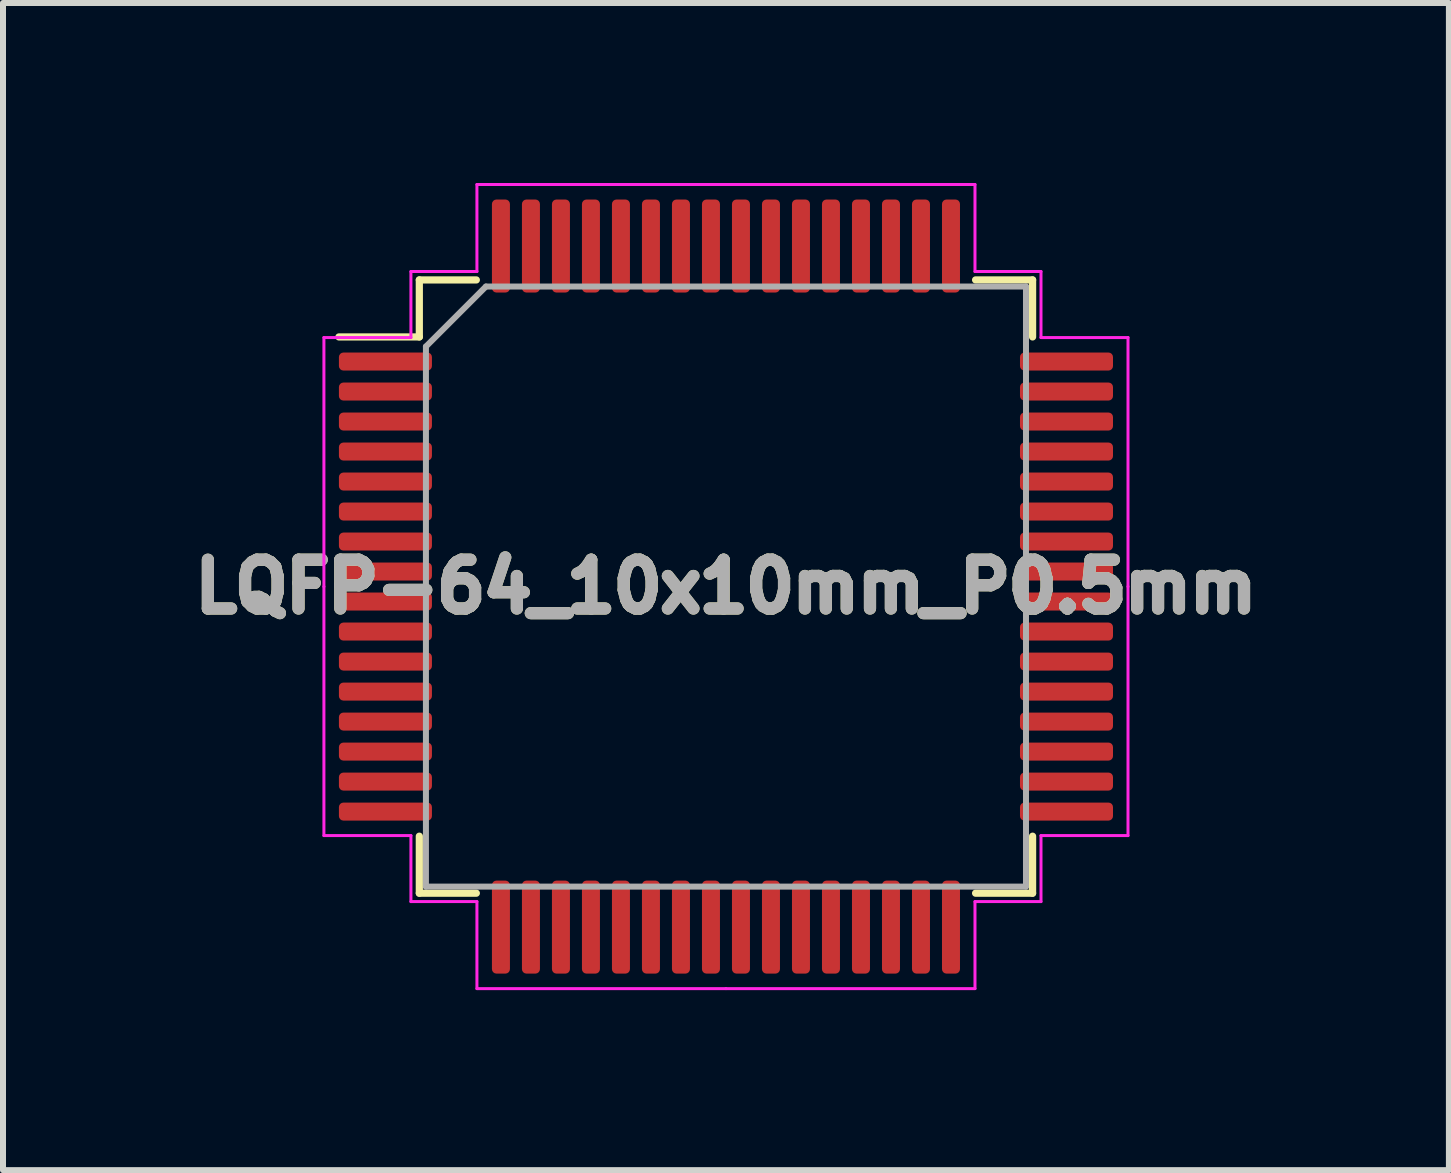
<source format=kicad_pcb>
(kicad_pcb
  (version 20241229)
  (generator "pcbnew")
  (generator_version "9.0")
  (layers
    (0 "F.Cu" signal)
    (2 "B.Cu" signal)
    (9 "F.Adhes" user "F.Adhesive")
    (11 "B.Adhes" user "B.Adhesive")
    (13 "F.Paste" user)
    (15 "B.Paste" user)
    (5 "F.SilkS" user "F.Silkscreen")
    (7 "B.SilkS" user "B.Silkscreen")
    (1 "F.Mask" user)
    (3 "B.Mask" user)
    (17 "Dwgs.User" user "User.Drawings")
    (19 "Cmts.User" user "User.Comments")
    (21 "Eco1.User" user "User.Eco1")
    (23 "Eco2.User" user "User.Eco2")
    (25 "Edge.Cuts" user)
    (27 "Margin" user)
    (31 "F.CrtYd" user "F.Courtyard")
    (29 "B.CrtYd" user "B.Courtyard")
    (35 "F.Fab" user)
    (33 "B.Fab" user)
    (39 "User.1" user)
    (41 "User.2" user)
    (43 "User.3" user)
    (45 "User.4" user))
  (footprint "LQFP-64_10x10mm_P0.5mm"
    (layer "F.Cu")
    (at 9.048 6.725)
    (property "Reference" "LQFP-64_10x10mm_P0.5mm" (at 0 0 0) (layer "F.SilkS") (effects (font (size 0.813 0.813) (thickness 0.203))))
    (attr smd)
    (fp_line (start -5.11 -5.11) (end -5.11 -4.16) (stroke (width 0.12) (type solid)) (layer "F.SilkS"))
    (fp_line (start -5.11 -4.16) (end -6.45 -4.16) (stroke (width 0.12) (type solid)) (layer "F.SilkS"))
    (fp_line (start -5.11 5.11) (end -5.11 4.16) (stroke (width 0.12) (type solid)) (layer "F.SilkS"))
    (fp_line (start -4.16 -5.11) (end -5.11 -5.11) (stroke (width 0.12) (type solid)) (layer "F.SilkS"))
    (fp_line (start -4.16 5.11) (end -5.11 5.11) (stroke (width 0.12) (type solid)) (layer "F.SilkS"))
    (fp_line (start 4.16 -5.11) (end 5.11 -5.11) (stroke (width 0.12) (type solid)) (layer "F.SilkS"))
    (fp_line (start 4.16 5.11) (end 5.11 5.11) (stroke (width 0.12) (type solid)) (layer "F.SilkS"))
    (fp_line (start 5.11 -5.11) (end 5.11 -4.16) (stroke (width 0.12) (type solid)) (layer "F.SilkS"))
    (fp_line (start 5.11 5.11) (end 5.11 4.16) (stroke (width 0.12) (type solid)) (layer "F.SilkS"))
    (fp_line (start -6.7 -4.15) (end -6.7 0) (stroke (width 0.05) (type solid)) (layer "F.CrtYd"))
    (fp_line (start -6.7 4.15) (end -6.7 0) (stroke (width 0.05) (type solid)) (layer "F.CrtYd"))
    (fp_line (start -5.25 -5.25) (end -5.25 -4.15) (stroke (width 0.05) (type solid)) (layer "F.CrtYd"))
    (fp_line (start -5.25 -4.15) (end -6.7 -4.15) (stroke (width 0.05) (type solid)) (layer "F.CrtYd"))
    (fp_line (start -5.25 4.15) (end -6.7 4.15) (stroke (width 0.05) (type solid)) (layer "F.CrtYd"))
    (fp_line (start -5.25 5.25) (end -5.25 4.15) (stroke (width 0.05) (type solid)) (layer "F.CrtYd"))
    (fp_line (start -4.15 -6.7) (end -4.15 -5.25) (stroke (width 0.05) (type solid)) (layer "F.CrtYd"))
    (fp_line (start -4.15 -5.25) (end -5.25 -5.25) (stroke (width 0.05) (type solid)) (layer "F.CrtYd"))
    (fp_line (start -4.15 5.25) (end -5.25 5.25) (stroke (width 0.05) (type solid)) (layer "F.CrtYd"))
    (fp_line (start -4.15 6.7) (end -4.15 5.25) (stroke (width 0.05) (type solid)) (layer "F.CrtYd"))
    (fp_line (start 0 -6.7) (end -4.15 -6.7) (stroke (width 0.05) (type solid)) (layer "F.CrtYd"))
    (fp_line (start 0 -6.7) (end 4.15 -6.7) (stroke (width 0.05) (type solid)) (layer "F.CrtYd"))
    (fp_line (start 0 6.7) (end -4.15 6.7) (stroke (width 0.05) (type solid)) (layer "F.CrtYd"))
    (fp_line (start 0 6.7) (end 4.15 6.7) (stroke (width 0.05) (type solid)) (layer "F.CrtYd"))
    (fp_line (start 4.15 -6.7) (end 4.15 -5.25) (stroke (width 0.05) (type solid)) (layer "F.CrtYd"))
    (fp_line (start 4.15 -5.25) (end 5.25 -5.25) (stroke (width 0.05) (type solid)) (layer "F.CrtYd"))
    (fp_line (start 4.15 5.25) (end 5.25 5.25) (stroke (width 0.05) (type solid)) (layer "F.CrtYd"))
    (fp_line (start 4.15 6.7) (end 4.15 5.25) (stroke (width 0.05) (type solid)) (layer "F.CrtYd"))
    (fp_line (start 5.25 -5.25) (end 5.25 -4.15) (stroke (width 0.05) (type solid)) (layer "F.CrtYd"))
    (fp_line (start 5.25 -4.15) (end 6.7 -4.15) (stroke (width 0.05) (type solid)) (layer "F.CrtYd"))
    (fp_line (start 5.25 4.15) (end 6.7 4.15) (stroke (width 0.05) (type solid)) (layer "F.CrtYd"))
    (fp_line (start 5.25 5.25) (end 5.25 4.15) (stroke (width 0.05) (type solid)) (layer "F.CrtYd"))
    (fp_line (start 6.7 -4.15) (end 6.7 0) (stroke (width 0.05) (type solid)) (layer "F.CrtYd"))
    (fp_line (start 6.7 4.15) (end 6.7 0) (stroke (width 0.05) (type solid)) (layer "F.CrtYd"))
    (fp_line (start -5 -4) (end -4 -5) (stroke (width 0.1) (type solid)) (layer "F.Fab"))
    (fp_line (start -5 5) (end -5 -4) (stroke (width 0.1) (type solid)) (layer "F.Fab"))
    (fp_line (start -4 -5) (end 5 -5) (stroke (width 0.1) (type solid)) (layer "F.Fab"))
    (fp_line (start 5 -5) (end 5 5) (stroke (width 0.1) (type solid)) (layer "F.Fab"))
    (fp_line (start 5 5) (end -5 5) (stroke (width 0.1) (type solid)) (layer "F.Fab"))
    (fp_text user "${REFERENCE}" (at 0 0 0) (layer "F.Fab") (effects (font (size 0.813 0.813) (thickness 0.203))))
    (pad "1" smd roundrect (at -5.675 -3.75) (size 1.55 0.3) (layers "F.Cu" "F.Mask" "F.Paste") (roundrect_rratio 0.25))
    (pad "2" smd roundrect (at -5.675 -3.25) (size 1.55 0.3) (layers "F.Cu" "F.Mask" "F.Paste") (roundrect_rratio 0.25))
    (pad "3" smd roundrect (at -5.675 -2.75) (size 1.55 0.3) (layers "F.Cu" "F.Mask" "F.Paste") (roundrect_rratio 0.25))
    (pad "4" smd roundrect (at -5.675 -2.25) (size 1.55 0.3) (layers "F.Cu" "F.Mask" "F.Paste") (roundrect_rratio 0.25))
    (pad "5" smd roundrect (at -5.675 -1.75) (size 1.55 0.3) (layers "F.Cu" "F.Mask" "F.Paste") (roundrect_rratio 0.25))
    (pad "6" smd roundrect (at -5.675 -1.25) (size 1.55 0.3) (layers "F.Cu" "F.Mask" "F.Paste") (roundrect_rratio 0.25))
    (pad "7" smd roundrect (at -5.675 -0.75) (size 1.55 0.3) (layers "F.Cu" "F.Mask" "F.Paste") (roundrect_rratio 0.25))
    (pad "8" smd roundrect (at -5.675 -0.25) (size 1.55 0.3) (layers "F.Cu" "F.Mask" "F.Paste") (roundrect_rratio 0.25))
    (pad "9" smd roundrect (at -5.675 0.25) (size 1.55 0.3) (layers "F.Cu" "F.Mask" "F.Paste") (roundrect_rratio 0.25))
    (pad "10" smd roundrect (at -5.675 0.75) (size 1.55 0.3) (layers "F.Cu" "F.Mask" "F.Paste") (roundrect_rratio 0.25))
    (pad "11" smd roundrect (at -5.675 1.25) (size 1.55 0.3) (layers "F.Cu" "F.Mask" "F.Paste") (roundrect_rratio 0.25))
    (pad "12" smd roundrect (at -5.675 1.75) (size 1.55 0.3) (layers "F.Cu" "F.Mask" "F.Paste") (roundrect_rratio 0.25))
    (pad "13" smd roundrect (at -5.675 2.25) (size 1.55 0.3) (layers "F.Cu" "F.Mask" "F.Paste") (roundrect_rratio 0.25))
    (pad "14" smd roundrect (at -5.675 2.75) (size 1.55 0.3) (layers "F.Cu" "F.Mask" "F.Paste") (roundrect_rratio 0.25))
    (pad "15" smd roundrect (at -5.675 3.25) (size 1.55 0.3) (layers "F.Cu" "F.Mask" "F.Paste") (roundrect_rratio 0.25))
    (pad "16" smd roundrect (at -5.675 3.75) (size 1.55 0.3) (layers "F.Cu" "F.Mask" "F.Paste") (roundrect_rratio 0.25))
    (pad "17" smd roundrect (at -3.75 5.675) (size 0.3 1.55) (layers "F.Cu" "F.Mask" "F.Paste") (roundrect_rratio 0.25))
    (pad "18" smd roundrect (at -3.25 5.675) (size 0.3 1.55) (layers "F.Cu" "F.Mask" "F.Paste") (roundrect_rratio 0.25))
    (pad "19" smd roundrect (at -2.75 5.675) (size 0.3 1.55) (layers "F.Cu" "F.Mask" "F.Paste") (roundrect_rratio 0.25))
    (pad "20" smd roundrect (at -2.25 5.675) (size 0.3 1.55) (layers "F.Cu" "F.Mask" "F.Paste") (roundrect_rratio 0.25))
    (pad "21" smd roundrect (at -1.75 5.675) (size 0.3 1.55) (layers "F.Cu" "F.Mask" "F.Paste") (roundrect_rratio 0.25))
    (pad "22" smd roundrect (at -1.25 5.675) (size 0.3 1.55) (layers "F.Cu" "F.Mask" "F.Paste") (roundrect_rratio 0.25))
    (pad "23" smd roundrect (at -0.75 5.675) (size 0.3 1.55) (layers "F.Cu" "F.Mask" "F.Paste") (roundrect_rratio 0.25))
    (pad "24" smd roundrect (at -0.25 5.675) (size 0.3 1.55) (layers "F.Cu" "F.Mask" "F.Paste") (roundrect_rratio 0.25))
    (pad "25" smd roundrect (at 0.25 5.675) (size 0.3 1.55) (layers "F.Cu" "F.Mask" "F.Paste") (roundrect_rratio 0.25))
    (pad "26" smd roundrect (at 0.75 5.675) (size 0.3 1.55) (layers "F.Cu" "F.Mask" "F.Paste") (roundrect_rratio 0.25))
    (pad "27" smd roundrect (at 1.25 5.675) (size 0.3 1.55) (layers "F.Cu" "F.Mask" "F.Paste") (roundrect_rratio 0.25))
    (pad "28" smd roundrect (at 1.75 5.675) (size 0.3 1.55) (layers "F.Cu" "F.Mask" "F.Paste") (roundrect_rratio 0.25))
    (pad "29" smd roundrect (at 2.25 5.675) (size 0.3 1.55) (layers "F.Cu" "F.Mask" "F.Paste") (roundrect_rratio 0.25))
    (pad "30" smd roundrect (at 2.75 5.675) (size 0.3 1.55) (layers "F.Cu" "F.Mask" "F.Paste") (roundrect_rratio 0.25))
    (pad "31" smd roundrect (at 3.25 5.675) (size 0.3 1.55) (layers "F.Cu" "F.Mask" "F.Paste") (roundrect_rratio 0.25))
    (pad "32" smd roundrect (at 3.75 5.675) (size 0.3 1.55) (layers "F.Cu" "F.Mask" "F.Paste") (roundrect_rratio 0.25))
    (pad "33" smd roundrect (at 5.675 3.75) (size 1.55 0.3) (layers "F.Cu" "F.Mask" "F.Paste") (roundrect_rratio 0.25))
    (pad "34" smd roundrect (at 5.675 3.25) (size 1.55 0.3) (layers "F.Cu" "F.Mask" "F.Paste") (roundrect_rratio 0.25))
    (pad "35" smd roundrect (at 5.675 2.75) (size 1.55 0.3) (layers "F.Cu" "F.Mask" "F.Paste") (roundrect_rratio 0.25))
    (pad "36" smd roundrect (at 5.675 2.25) (size 1.55 0.3) (layers "F.Cu" "F.Mask" "F.Paste") (roundrect_rratio 0.25))
    (pad "37" smd roundrect (at 5.675 1.75) (size 1.55 0.3) (layers "F.Cu" "F.Mask" "F.Paste") (roundrect_rratio 0.25))
    (pad "38" smd roundrect (at 5.675 1.25) (size 1.55 0.3) (layers "F.Cu" "F.Mask" "F.Paste") (roundrect_rratio 0.25))
    (pad "39" smd roundrect (at 5.675 0.75) (size 1.55 0.3) (layers "F.Cu" "F.Mask" "F.Paste") (roundrect_rratio 0.25))
    (pad "40" smd roundrect (at 5.675 0.25) (size 1.55 0.3) (layers "F.Cu" "F.Mask" "F.Paste") (roundrect_rratio 0.25))
    (pad "41" smd roundrect (at 5.675 -0.25) (size 1.55 0.3) (layers "F.Cu" "F.Mask" "F.Paste") (roundrect_rratio 0.25))
    (pad "42" smd roundrect (at 5.675 -0.75) (size 1.55 0.3) (layers "F.Cu" "F.Mask" "F.Paste") (roundrect_rratio 0.25))
    (pad "43" smd roundrect (at 5.675 -1.25) (size 1.55 0.3) (layers "F.Cu" "F.Mask" "F.Paste") (roundrect_rratio 0.25))
    (pad "44" smd roundrect (at 5.675 -1.75) (size 1.55 0.3) (layers "F.Cu" "F.Mask" "F.Paste") (roundrect_rratio 0.25))
    (pad "45" smd roundrect (at 5.675 -2.25) (size 1.55 0.3) (layers "F.Cu" "F.Mask" "F.Paste") (roundrect_rratio 0.25))
    (pad "46" smd roundrect (at 5.675 -2.75) (size 1.55 0.3) (layers "F.Cu" "F.Mask" "F.Paste") (roundrect_rratio 0.25))
    (pad "47" smd roundrect (at 5.675 -3.25) (size 1.55 0.3) (layers "F.Cu" "F.Mask" "F.Paste") (roundrect_rratio 0.25))
    (pad "48" smd roundrect (at 5.675 -3.75) (size 1.55 0.3) (layers "F.Cu" "F.Mask" "F.Paste") (roundrect_rratio 0.25))
    (pad "49" smd roundrect (at 3.75 -5.675) (size 0.3 1.55) (layers "F.Cu" "F.Mask" "F.Paste") (roundrect_rratio 0.25))
    (pad "50" smd roundrect (at 3.25 -5.675) (size 0.3 1.55) (layers "F.Cu" "F.Mask" "F.Paste") (roundrect_rratio 0.25))
    (pad "51" smd roundrect (at 2.75 -5.675) (size 0.3 1.55) (layers "F.Cu" "F.Mask" "F.Paste") (roundrect_rratio 0.25))
    (pad "52" smd roundrect (at 2.25 -5.675) (size 0.3 1.55) (layers "F.Cu" "F.Mask" "F.Paste") (roundrect_rratio 0.25))
    (pad "53" smd roundrect (at 1.75 -5.675) (size 0.3 1.55) (layers "F.Cu" "F.Mask" "F.Paste") (roundrect_rratio 0.25))
    (pad "54" smd roundrect (at 1.25 -5.675) (size 0.3 1.55) (layers "F.Cu" "F.Mask" "F.Paste") (roundrect_rratio 0.25))
    (pad "55" smd roundrect (at 0.75 -5.675) (size 0.3 1.55) (layers "F.Cu" "F.Mask" "F.Paste") (roundrect_rratio 0.25))
    (pad "56" smd roundrect (at 0.25 -5.675) (size 0.3 1.55) (layers "F.Cu" "F.Mask" "F.Paste") (roundrect_rratio 0.25))
    (pad "57" smd roundrect (at -0.25 -5.675) (size 0.3 1.55) (layers "F.Cu" "F.Mask" "F.Paste") (roundrect_rratio 0.25))
    (pad "58" smd roundrect (at -0.75 -5.675) (size 0.3 1.55) (layers "F.Cu" "F.Mask" "F.Paste") (roundrect_rratio 0.25))
    (pad "59" smd roundrect (at -1.25 -5.675) (size 0.3 1.55) (layers "F.Cu" "F.Mask" "F.Paste") (roundrect_rratio 0.25))
    (pad "60" smd roundrect (at -1.75 -5.675) (size 0.3 1.55) (layers "F.Cu" "F.Mask" "F.Paste") (roundrect_rratio 0.25))
    (pad "61" smd roundrect (at -2.25 -5.675) (size 0.3 1.55) (layers "F.Cu" "F.Mask" "F.Paste") (roundrect_rratio 0.25))
    (pad "62" smd roundrect (at -2.75 -5.675) (size 0.3 1.55) (layers "F.Cu" "F.Mask" "F.Paste") (roundrect_rratio 0.25))
    (pad "63" smd roundrect (at -3.25 -5.675) (size 0.3 1.55) (layers "F.Cu" "F.Mask" "F.Paste") (roundrect_rratio 0.25))
    (pad "64" smd roundrect (at -3.75 -5.675) (size 0.3 1.55) (layers "F.Cu" "F.Mask" "F.Paste") (roundrect_rratio 0.25)))
  (gr_rect
    (start -3 -3)
    (end 21.096 16.45)
    (stroke (width 0.1) (type default))
    (fill no)
    (layer "Edge.Cuts")))
</source>
